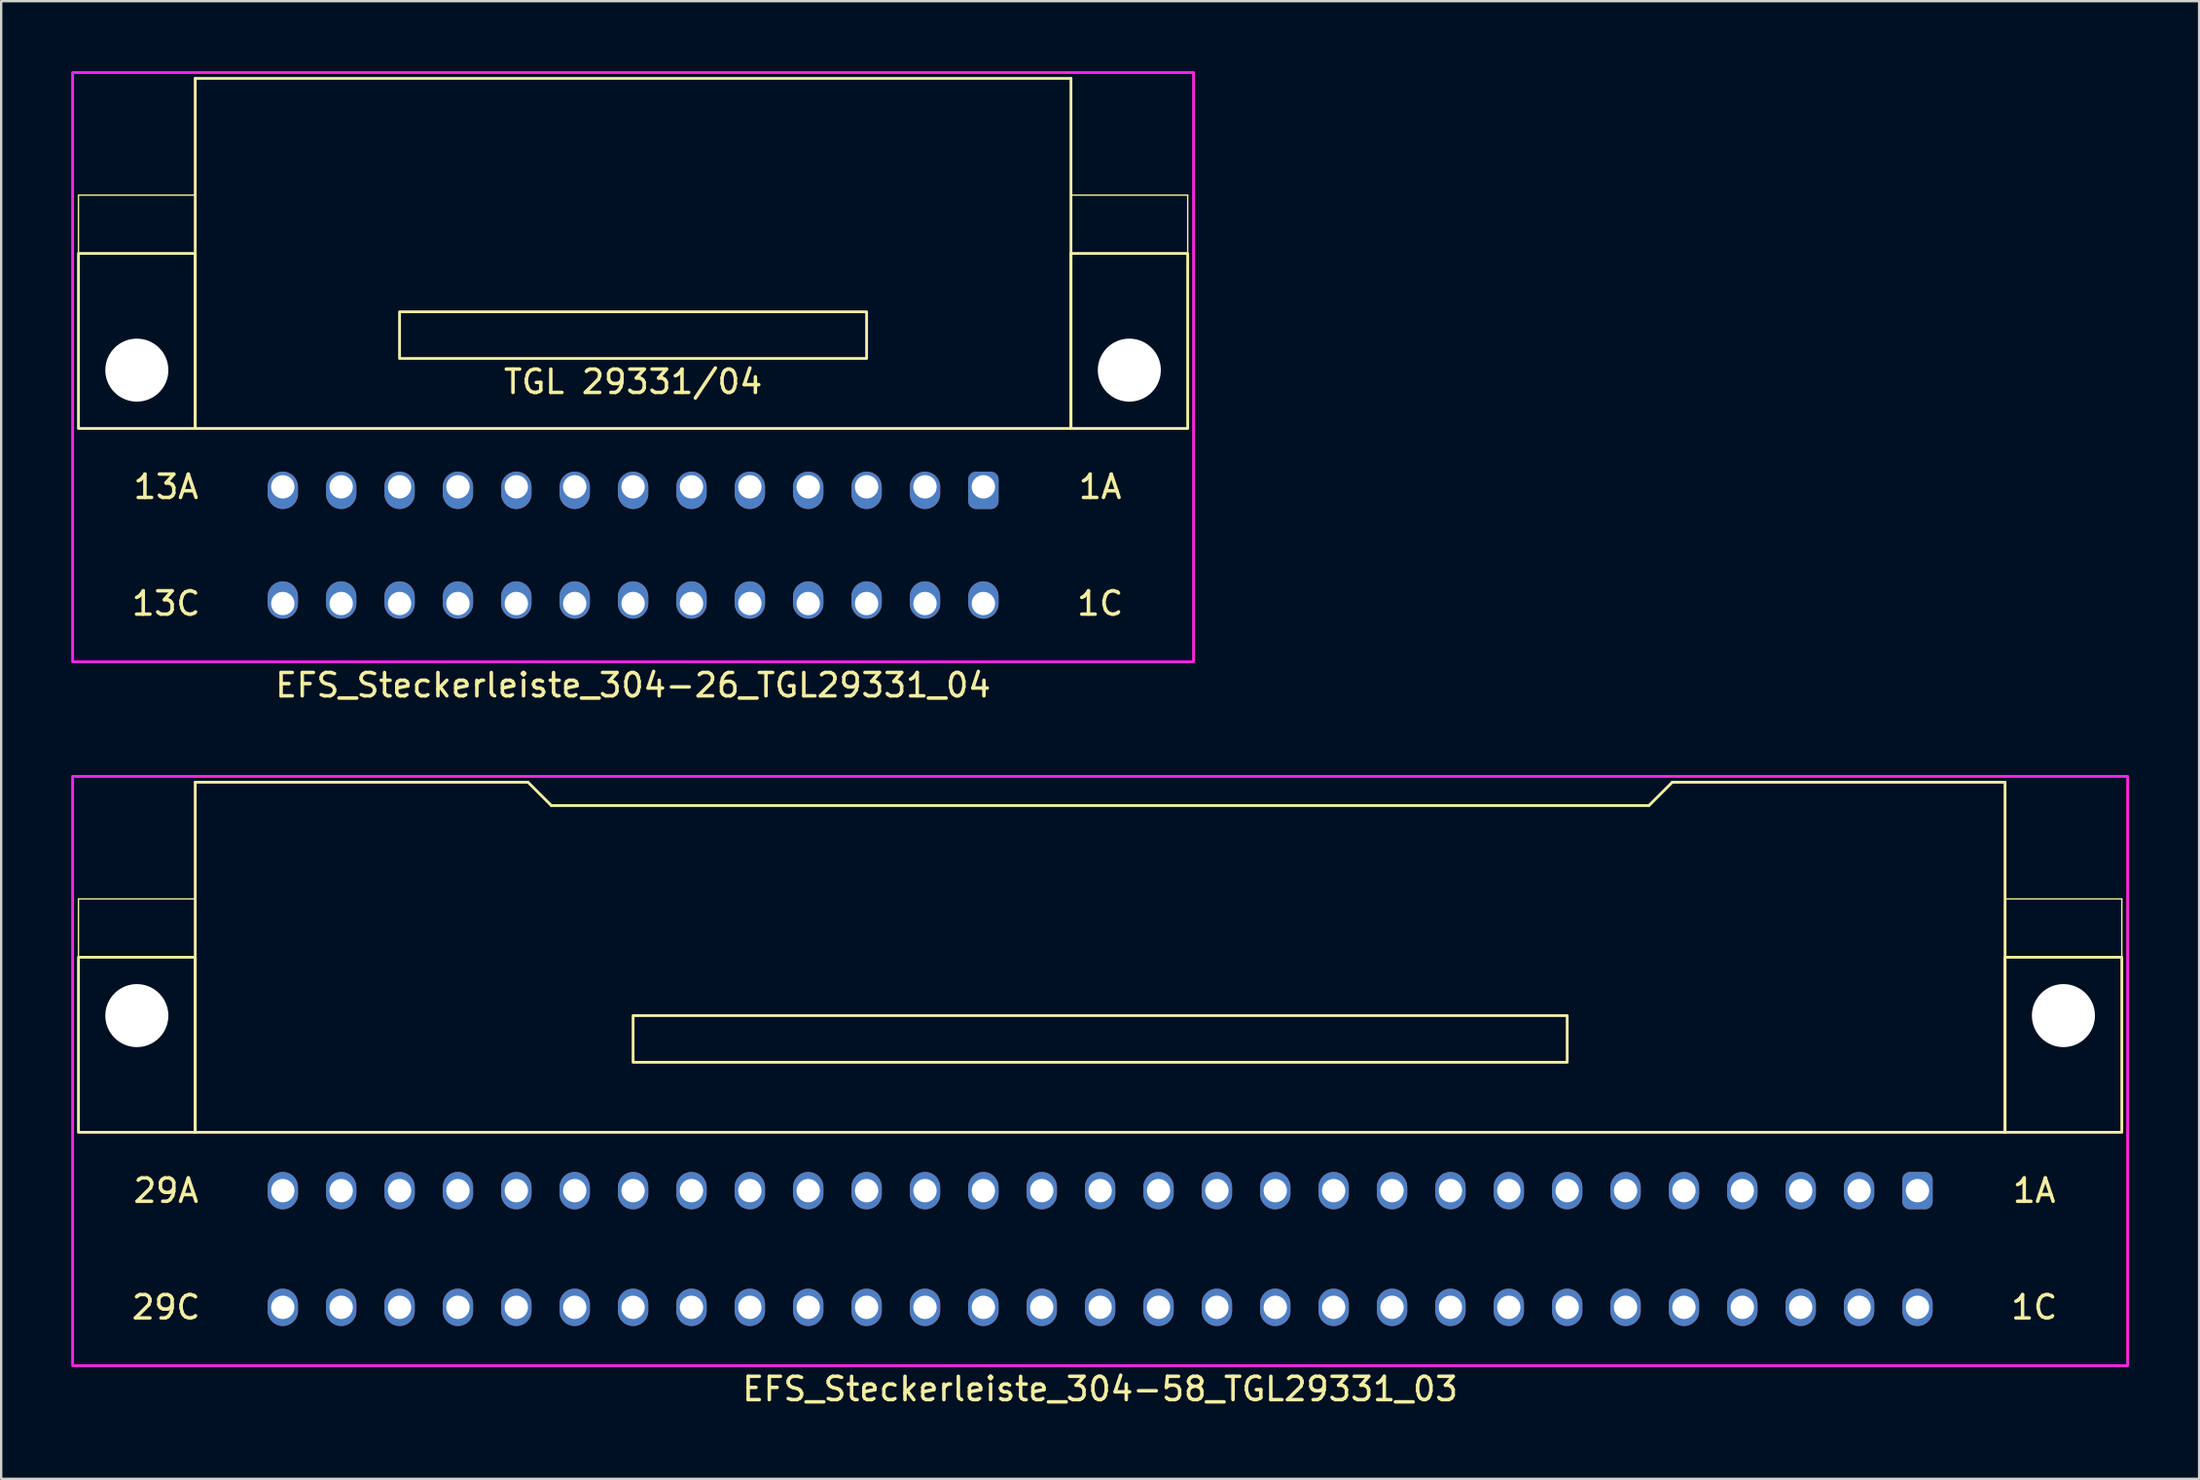
<source format=kicad_pcb>
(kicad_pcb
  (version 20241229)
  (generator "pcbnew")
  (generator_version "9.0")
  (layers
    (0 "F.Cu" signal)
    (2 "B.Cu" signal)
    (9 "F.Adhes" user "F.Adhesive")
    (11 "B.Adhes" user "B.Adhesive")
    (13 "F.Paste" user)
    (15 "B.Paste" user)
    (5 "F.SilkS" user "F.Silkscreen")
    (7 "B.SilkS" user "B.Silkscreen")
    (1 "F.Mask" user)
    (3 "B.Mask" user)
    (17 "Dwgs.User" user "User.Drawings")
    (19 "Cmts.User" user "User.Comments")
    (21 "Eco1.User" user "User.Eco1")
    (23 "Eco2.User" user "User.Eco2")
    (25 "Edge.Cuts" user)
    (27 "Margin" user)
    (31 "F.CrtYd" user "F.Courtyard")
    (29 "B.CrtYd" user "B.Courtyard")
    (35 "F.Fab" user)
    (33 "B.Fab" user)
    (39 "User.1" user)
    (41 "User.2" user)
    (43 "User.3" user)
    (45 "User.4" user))
  (footprint "EFS_Steckerleiste_304-26_TGL29331_04"
    (layer "F.Cu")
    (at 24.06 5.31)
    (property "Reference" "EFS_Steckerleiste_304-26_TGL29331_04" (at 0 21 180) (layer "F.SilkS") (effects (font (size 1 1) (thickness 0.15))))
    (attr through_hole)
    (fp_line (start -23.75 0) (end -23.75 2.5) (stroke (width 0.06) (type solid)) (layer "F.SilkS"))
    (fp_line (start -18.75 -5) (end -18.75 10) (stroke (width 0.12) (type solid)) (layer "F.SilkS"))
    (fp_line (start -18.75 -5) (end 18.75 -5) (stroke (width 0.12) (type solid)) (layer "F.SilkS"))
    (fp_line (start -18.75 0) (end -23.75 0) (stroke (width 0.06) (type solid)) (layer "F.SilkS"))
    (fp_line (start -18.75 10) (end 18.75 10) (stroke (width 0.12) (type solid)) (layer "F.SilkS"))
    (fp_line (start 18.75 10) (end 18.75 -5) (stroke (width 0.12) (type solid)) (layer "F.SilkS"))
    (fp_line (start 23.75 0) (end 18.75 0) (stroke (width 0.06) (type solid)) (layer "F.SilkS"))
    (fp_line (start 23.75 0) (end 23.75 2.5) (stroke (width 0.06) (type solid)) (layer "F.SilkS"))
    (fp_rect (start -18.75 10) (end -23.75 2.5) (stroke (width 0.12) (type solid)) (fill no) (layer "F.SilkS"))
    (fp_rect (start -10 7) (end 10 5) (stroke (width 0.12) (type solid)) (fill no) (layer "F.SilkS"))
    (fp_rect (start 23.75 10) (end 18.75 2.5) (stroke (width 0.12) (type solid)) (fill no) (layer "F.SilkS"))
    (fp_rect (start -24 -5.25) (end 24 20) (stroke (width 0.12) (type solid)) (fill no) (layer "F.CrtYd"))
    (fp_text user "13A" (at -20 12.5 0) (layer "F.SilkS") (effects (font (size 1 1) (thickness 0.15))))
    (fp_text user "1A" (at 20 12.5 0) (layer "F.SilkS") (effects (font (size 1 1) (thickness 0.15))))
    (fp_text user "TGL 29331/04" (at 0 8 0) (unlocked yes) (layer "F.SilkS") (effects (font (size 1 1) (thickness 0.15))))
    (fp_text user "1C" (at 20 17.5 0) (layer "F.SilkS") (effects (font (size 1 1) (thickness 0.15))))
    (fp_text user "13C" (at -20 17.5 0) (layer "F.SilkS") (effects (font (size 1 1) (thickness 0.15))))
    (pad "" np_thru_hole circle (at -21.25 7.5) (size 2.7 2.7) (drill 2.7) (layers "*.Cu" "*.Mask"))
    (pad "" np_thru_hole circle (at 21.25 7.5) (size 2.7 2.7) (drill 2.7) (layers "*.Cu" "*.Mask"))
    (pad "1a" thru_hole roundrect (at 15 12.5 180) (size 1.3 1.6) (drill 1 (offset 0 -0.15)) (layers "*.Cu" "*.Mask") (roundrect_rratio 0.25))
    (pad "1c" thru_hole oval (at 15 17.5 180) (size 1.3 1.6) (drill 1 (offset 0 0.15)) (layers "*.Cu" "*.Mask"))
    (pad "2a" thru_hole oval (at 12.5 12.5 180) (size 1.3 1.6) (drill 1 (offset 0 -0.15)) (layers "*.Cu" "*.Mask"))
    (pad "2c" thru_hole oval (at 12.5 17.5 180) (size 1.3 1.6) (drill 1 (offset 0 0.15)) (layers "*.Cu" "*.Mask"))
    (pad "3a" thru_hole oval (at 10 12.5 180) (size 1.3 1.6) (drill 1 (offset 0 -0.15)) (layers "*.Cu" "*.Mask"))
    (pad "3c" thru_hole oval (at 10 17.5 180) (size 1.3 1.6) (drill 1 (offset 0 0.15)) (layers "*.Cu" "*.Mask"))
    (pad "4a" thru_hole oval (at 7.5 12.5 180) (size 1.3 1.6) (drill 1 (offset 0 -0.15)) (layers "*.Cu" "*.Mask"))
    (pad "4c" thru_hole oval (at 7.5 17.5 180) (size 1.3 1.6) (drill 1 (offset 0 0.15)) (layers "*.Cu" "*.Mask"))
    (pad "5a" thru_hole oval (at 5 12.5 180) (size 1.3 1.6) (drill 1 (offset 0 -0.15)) (layers "*.Cu" "*.Mask"))
    (pad "5c" thru_hole oval (at 5 17.5 180) (size 1.3 1.6) (drill 1 (offset 0 0.15)) (layers "*.Cu" "*.Mask"))
    (pad "6a" thru_hole oval (at 2.5 12.5 180) (size 1.3 1.6) (drill 1 (offset 0 -0.15)) (layers "*.Cu" "*.Mask"))
    (pad "6c" thru_hole oval (at 2.5 17.5 180) (size 1.3 1.6) (drill 1 (offset 0 0.15)) (layers "*.Cu" "*.Mask"))
    (pad "7a" thru_hole oval (at 0 12.5 180) (size 1.3 1.6) (drill 1 (offset 0 -0.15)) (layers "*.Cu" "*.Mask"))
    (pad "7c" thru_hole oval (at 0 17.5 180) (size 1.3 1.6) (drill 1 (offset 0 0.15)) (layers "*.Cu" "*.Mask"))
    (pad "8a" thru_hole oval (at -2.5 12.5 180) (size 1.3 1.6) (drill 1 (offset 0 -0.15)) (layers "*.Cu" "*.Mask"))
    (pad "8c" thru_hole oval (at -2.5 17.5 180) (size 1.3 1.6) (drill 1 (offset 0 0.15)) (layers "*.Cu" "*.Mask"))
    (pad "9a" thru_hole oval (at -5 12.5 180) (size 1.3 1.6) (drill 1 (offset 0 -0.15)) (layers "*.Cu" "*.Mask"))
    (pad "9c" thru_hole oval (at -5 17.5 180) (size 1.3 1.6) (drill 1 (offset 0 0.15)) (layers "*.Cu" "*.Mask"))
    (pad "10a" thru_hole oval (at -7.5 12.5 180) (size 1.3 1.6) (drill 1 (offset 0 -0.15)) (layers "*.Cu" "*.Mask"))
    (pad "10c" thru_hole oval (at -7.5 17.5 180) (size 1.3 1.6) (drill 1 (offset 0 0.15)) (layers "*.Cu" "*.Mask"))
    (pad "11a" thru_hole oval (at -10 12.5 180) (size 1.3 1.6) (drill 1 (offset 0 -0.15)) (layers "*.Cu" "*.Mask"))
    (pad "11c" thru_hole oval (at -10 17.5 180) (size 1.3 1.6) (drill 1 (offset 0 0.15)) (layers "*.Cu" "*.Mask"))
    (pad "12a" thru_hole oval (at -12.5 12.5 180) (size 1.3 1.6) (drill 1 (offset 0 -0.15)) (layers "*.Cu" "*.Mask"))
    (pad "12c" thru_hole oval (at -12.5 17.5 180) (size 1.3 1.6) (drill 1 (offset 0 0.15)) (layers "*.Cu" "*.Mask"))
    (pad "13a" thru_hole oval (at -15 12.5 180) (size 1.3 1.6) (drill 1 (offset 0 -0.15)) (layers "*.Cu" "*.Mask"))
    (pad "13c" thru_hole oval (at -15 17.5 180) (size 1.3 1.6) (drill 1 (offset 0 0.15)) (layers "*.Cu" "*.Mask")))
  (footprint "EFS_Steckerleiste_304-58_TGL29331_03"
    (layer "F.Cu")
    (at 44.06 35.468)
    (property "Reference" "EFS_Steckerleiste_304-58_TGL29331_03" (at 0 21 180) (layer "F.SilkS") (effects (font (size 1 1) (thickness 0.15))))
    (attr through_hole)
    (fp_line (start -43.75 0) (end -43.75 2.5) (stroke (width 0.06) (type solid)) (layer "F.SilkS"))
    (fp_line (start -38.75 -5) (end -38.75 10) (stroke (width 0.12) (type solid)) (layer "F.SilkS"))
    (fp_line (start -38.75 -5) (end -24.5 -5) (stroke (width 0.12) (type solid)) (layer "F.SilkS"))
    (fp_line (start -38.75 0) (end -43.75 0) (stroke (width 0.06) (type solid)) (layer "F.SilkS"))
    (fp_line (start -38.75 10) (end 38.75 10) (stroke (width 0.12) (type solid)) (layer "F.SilkS"))
    (fp_line (start -24.5 -5) (end -23.5 -4) (stroke (width 0.12) (type solid)) (layer "F.SilkS"))
    (fp_line (start -23.5 -4) (end 23.5 -4) (stroke (width 0.12) (type solid)) (layer "F.SilkS"))
    (fp_line (start 24.5 -5) (end 23.5 -4) (stroke (width 0.12) (type solid)) (layer "F.SilkS"))
    (fp_line (start 38.75 -5) (end 24.5 -5) (stroke (width 0.12) (type solid)) (layer "F.SilkS"))
    (fp_line (start 38.75 10) (end 38.75 -5) (stroke (width 0.12) (type solid)) (layer "F.SilkS"))
    (fp_line (start 43.75 0) (end 38.75 0) (stroke (width 0.06) (type solid)) (layer "F.SilkS"))
    (fp_line (start 43.75 0) (end 43.75 2.5) (stroke (width 0.06) (type solid)) (layer "F.SilkS"))
    (fp_rect (start -38.75 10) (end -43.75 2.5) (stroke (width 0.12) (type solid)) (fill no) (layer "F.SilkS"))
    (fp_rect (start -20 7) (end 20 5) (stroke (width 0.12) (type solid)) (fill no) (layer "F.SilkS"))
    (fp_rect (start 43.75 10) (end 38.75 2.5) (stroke (width 0.12) (type solid)) (fill no) (layer "F.SilkS"))
    (fp_rect (start -44 -5.25) (end 44 20) (stroke (width 0.12) (type solid)) (fill no) (layer "F.CrtYd"))
    (fp_text user "1A" (at 40 12.5 0) (layer "F.SilkS") (effects (font (size 1 1) (thickness 0.15))))
    (fp_text user "1C" (at 40 17.5 0) (layer "F.SilkS") (effects (font (size 1 1) (thickness 0.15))))
    (fp_text user "29A" (at -40 12.5 0) (layer "F.SilkS") (effects (font (size 1 1) (thickness 0.15))))
    (fp_text user "29C" (at -40 17.5 0) (layer "F.SilkS") (effects (font (size 1 1) (thickness 0.15))))
    (pad "" np_thru_hole circle (at -41.25 5) (size 2.7 2.7) (drill 2.7) (layers "*.Cu" "*.Mask"))
    (pad "" np_thru_hole circle (at 41.25 5) (size 2.7 2.7) (drill 2.7) (layers "*.Cu" "*.Mask"))
    (pad "1a" thru_hole roundrect (at 35 12.5) (size 1.3 1.6) (drill 1) (layers "*.Cu" "*.Mask") (roundrect_rratio 0.25))
    (pad "1c" thru_hole oval (at 35 17.5) (size 1.3 1.6) (drill 1) (layers "*.Cu" "*.Mask"))
    (pad "2a" thru_hole oval (at 32.5 12.5) (size 1.3 1.6) (drill 1) (layers "*.Cu" "*.Mask"))
    (pad "2c" thru_hole oval (at 32.5 17.5) (size 1.3 1.6) (drill 1) (layers "*.Cu" "*.Mask"))
    (pad "3a" thru_hole oval (at 30 12.5) (size 1.3 1.6) (drill 1) (layers "*.Cu" "*.Mask"))
    (pad "3c" thru_hole oval (at 30 17.5) (size 1.3 1.6) (drill 1) (layers "*.Cu" "*.Mask"))
    (pad "4a" thru_hole oval (at 27.5 12.5) (size 1.3 1.6) (drill 1) (layers "*.Cu" "*.Mask"))
    (pad "4c" thru_hole oval (at 27.5 17.5) (size 1.3 1.6) (drill 1) (layers "*.Cu" "*.Mask"))
    (pad "5a" thru_hole oval (at 25 12.5) (size 1.3 1.6) (drill 1) (layers "*.Cu" "*.Mask"))
    (pad "5c" thru_hole oval (at 25 17.5) (size 1.3 1.6) (drill 1) (layers "*.Cu" "*.Mask"))
    (pad "6a" thru_hole oval (at 22.5 12.5) (size 1.3 1.6) (drill 1) (layers "*.Cu" "*.Mask"))
    (pad "6c" thru_hole oval (at 22.5 17.5) (size 1.3 1.6) (drill 1) (layers "*.Cu" "*.Mask"))
    (pad "7a" thru_hole oval (at 20 12.5) (size 1.3 1.6) (drill 1) (layers "*.Cu" "*.Mask"))
    (pad "7c" thru_hole oval (at 20 17.5) (size 1.3 1.6) (drill 1) (layers "*.Cu" "*.Mask"))
    (pad "8a" thru_hole oval (at 17.5 12.5) (size 1.3 1.6) (drill 1) (layers "*.Cu" "*.Mask"))
    (pad "8c" thru_hole oval (at 17.5 17.5) (size 1.3 1.6) (drill 1) (layers "*.Cu" "*.Mask"))
    (pad "9a" thru_hole oval (at 15 12.5) (size 1.3 1.6) (drill 1) (layers "*.Cu" "*.Mask"))
    (pad "9c" thru_hole oval (at 15 17.5) (size 1.3 1.6) (drill 1) (layers "*.Cu" "*.Mask"))
    (pad "10a" thru_hole oval (at 12.5 12.5) (size 1.3 1.6) (drill 1) (layers "*.Cu" "*.Mask"))
    (pad "10c" thru_hole oval (at 12.5 17.5) (size 1.3 1.6) (drill 1) (layers "*.Cu" "*.Mask"))
    (pad "11a" thru_hole oval (at 10 12.5) (size 1.3 1.6) (drill 1) (layers "*.Cu" "*.Mask"))
    (pad "11c" thru_hole oval (at 10 17.5) (size 1.3 1.6) (drill 1) (layers "*.Cu" "*.Mask"))
    (pad "12a" thru_hole oval (at 7.5 12.5) (size 1.3 1.6) (drill 1) (layers "*.Cu" "*.Mask"))
    (pad "12c" thru_hole oval (at 7.5 17.5) (size 1.3 1.6) (drill 1) (layers "*.Cu" "*.Mask"))
    (pad "13a" thru_hole oval (at 5 12.5) (size 1.3 1.6) (drill 1) (layers "*.Cu" "*.Mask"))
    (pad "13c" thru_hole oval (at 5 17.5) (size 1.3 1.6) (drill 1) (layers "*.Cu" "*.Mask"))
    (pad "14a" thru_hole oval (at 2.5 12.5) (size 1.3 1.6) (drill 1) (layers "*.Cu" "*.Mask"))
    (pad "14c" thru_hole oval (at 2.5 17.5) (size 1.3 1.6) (drill 1) (layers "*.Cu" "*.Mask"))
    (pad "15a" thru_hole oval (at 0 12.5) (size 1.3 1.6) (drill 1) (layers "*.Cu" "*.Mask"))
    (pad "15c" thru_hole oval (at 0 17.5) (size 1.3 1.6) (drill 1) (layers "*.Cu" "*.Mask"))
    (pad "16a" thru_hole oval (at -2.5 12.5) (size 1.3 1.6) (drill 1) (layers "*.Cu" "*.Mask"))
    (pad "16c" thru_hole oval (at -2.5 17.5) (size 1.3 1.6) (drill 1) (layers "*.Cu" "*.Mask"))
    (pad "17a" thru_hole oval (at -5 12.5) (size 1.3 1.6) (drill 1) (layers "*.Cu" "*.Mask"))
    (pad "17c" thru_hole oval (at -5 17.5) (size 1.3 1.6) (drill 1) (layers "*.Cu" "*.Mask"))
    (pad "18a" thru_hole oval (at -7.5 12.5) (size 1.3 1.6) (drill 1) (layers "*.Cu" "*.Mask"))
    (pad "18c" thru_hole oval (at -7.5 17.5) (size 1.3 1.6) (drill 1) (layers "*.Cu" "*.Mask"))
    (pad "19a" thru_hole oval (at -10 12.5) (size 1.3 1.6) (drill 1) (layers "*.Cu" "*.Mask"))
    (pad "19c" thru_hole oval (at -10 17.5) (size 1.3 1.6) (drill 1) (layers "*.Cu" "*.Mask"))
    (pad "20a" thru_hole oval (at -12.5 12.5) (size 1.3 1.6) (drill 1) (layers "*.Cu" "*.Mask"))
    (pad "20c" thru_hole oval (at -12.5 17.5) (size 1.3 1.6) (drill 1) (layers "*.Cu" "*.Mask"))
    (pad "21a" thru_hole oval (at -15 12.5) (size 1.3 1.6) (drill 1) (layers "*.Cu" "*.Mask"))
    (pad "21c" thru_hole oval (at -15 17.5) (size 1.3 1.6) (drill 1) (layers "*.Cu" "*.Mask"))
    (pad "22a" thru_hole oval (at -17.5 12.5) (size 1.3 1.6) (drill 1) (layers "*.Cu" "*.Mask"))
    (pad "22c" thru_hole oval (at -17.5 17.5) (size 1.3 1.6) (drill 1) (layers "*.Cu" "*.Mask"))
    (pad "23a" thru_hole oval (at -20 12.5) (size 1.3 1.6) (drill 1) (layers "*.Cu" "*.Mask"))
    (pad "23c" thru_hole oval (at -20 17.5) (size 1.3 1.6) (drill 1) (layers "*.Cu" "*.Mask"))
    (pad "24a" thru_hole oval (at -22.5 12.5) (size 1.3 1.6) (drill 1) (layers "*.Cu" "*.Mask"))
    (pad "24c" thru_hole oval (at -22.5 17.5) (size 1.3 1.6) (drill 1) (layers "*.Cu" "*.Mask"))
    (pad "25a" thru_hole oval (at -25 12.5) (size 1.3 1.6) (drill 1) (layers "*.Cu" "*.Mask"))
    (pad "25c" thru_hole oval (at -25 17.5) (size 1.3 1.6) (drill 1) (layers "*.Cu" "*.Mask"))
    (pad "26a" thru_hole oval (at -27.5 12.5) (size 1.3 1.6) (drill 1) (layers "*.Cu" "*.Mask"))
    (pad "26c" thru_hole oval (at -27.5 17.5) (size 1.3 1.6) (drill 1) (layers "*.Cu" "*.Mask"))
    (pad "27a" thru_hole oval (at -30 12.5) (size 1.3 1.6) (drill 1) (layers "*.Cu" "*.Mask"))
    (pad "27c" thru_hole oval (at -30 17.5) (size 1.3 1.6) (drill 1) (layers "*.Cu" "*.Mask"))
    (pad "28a" thru_hole oval (at -32.5 12.5) (size 1.3 1.6) (drill 1) (layers "*.Cu" "*.Mask"))
    (pad "28c" thru_hole oval (at -32.5 17.5) (size 1.3 1.6) (drill 1) (layers "*.Cu" "*.Mask"))
    (pad "29a" thru_hole oval (at -35 12.5) (size 1.3 1.6) (drill 1) (layers "*.Cu" "*.Mask"))
    (pad "29c" thru_hole oval (at -35 17.5) (size 1.3 1.6) (drill 1) (layers "*.Cu" "*.Mask")))
  (gr_rect
    (start -3 -3)
    (end 91.12 60.316)
    (stroke (width 0.1) (type default))
    (fill no)
    (layer "Edge.Cuts")))
</source>
